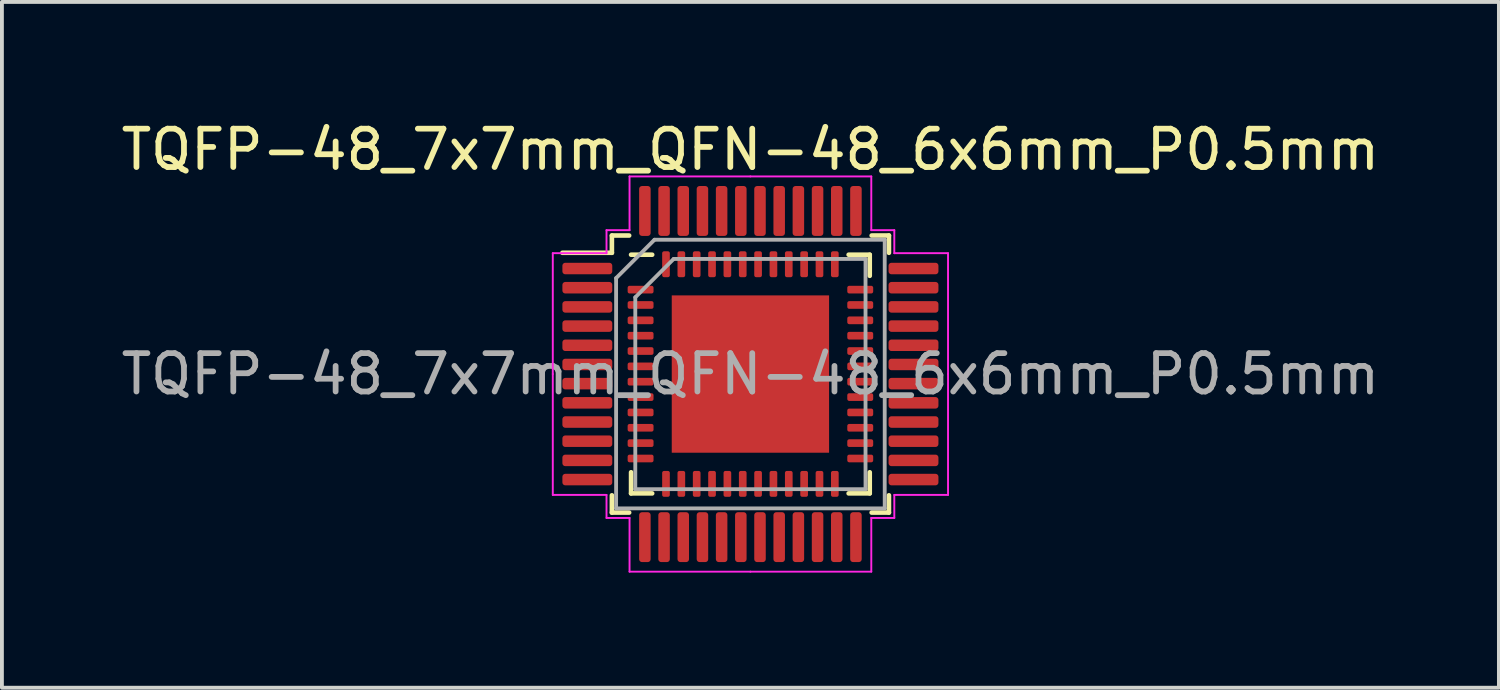
<source format=kicad_pcb>
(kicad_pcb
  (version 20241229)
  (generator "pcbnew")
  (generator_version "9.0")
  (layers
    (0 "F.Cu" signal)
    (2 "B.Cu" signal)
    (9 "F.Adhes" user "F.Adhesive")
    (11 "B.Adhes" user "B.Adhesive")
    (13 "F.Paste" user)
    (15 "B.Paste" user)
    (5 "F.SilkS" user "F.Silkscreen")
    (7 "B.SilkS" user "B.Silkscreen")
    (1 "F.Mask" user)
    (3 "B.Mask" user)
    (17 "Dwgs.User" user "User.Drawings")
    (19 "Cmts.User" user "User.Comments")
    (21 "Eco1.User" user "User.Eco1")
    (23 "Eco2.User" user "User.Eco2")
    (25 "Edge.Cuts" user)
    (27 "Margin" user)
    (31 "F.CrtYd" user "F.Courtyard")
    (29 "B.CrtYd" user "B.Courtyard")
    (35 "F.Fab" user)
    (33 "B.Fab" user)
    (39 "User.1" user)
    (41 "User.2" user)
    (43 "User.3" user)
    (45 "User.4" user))
  (footprint "TQFP-48_7x7mm_QFN-48_6x6mm_P0.5mm"
    (layer "F.Cu")
    (at 16.506 6.698)
    (property "Reference" "TQFP-48_7x7mm_QFN-48_6x6mm_P0.5mm" (at 0 -5.85 0) (layer "F.SilkS") (effects (font (size 1 1) (thickness 0.15))))
    (attr smd)
    (fp_line (start -3.61 -3.61) (end -3.61 -3.16) (stroke (width 0.12) (type solid)) (layer "F.SilkS"))
    (fp_line (start -3.61 -3.16) (end -4.9 -3.16) (stroke (width 0.12) (type solid)) (layer "F.SilkS"))
    (fp_line (start -3.61 3.61) (end -3.61 3.16) (stroke (width 0.12) (type solid)) (layer "F.SilkS"))
    (fp_line (start -3.16 -3.61) (end -3.61 -3.61) (stroke (width 0.12) (type solid)) (layer "F.SilkS"))
    (fp_line (start -3.16 3.61) (end -3.61 3.61) (stroke (width 0.12) (type solid)) (layer "F.SilkS"))
    (fp_line (start -3.11 3.11) (end -3.11 2.56) (stroke (width 0.12) (type solid)) (layer "F.SilkS"))
    (fp_line (start -2.56 -3.11) (end -3.11 -3.11) (stroke (width 0.12) (type solid)) (layer "F.SilkS"))
    (fp_line (start -2.56 3.11) (end -3.11 3.11) (stroke (width 0.12) (type solid)) (layer "F.SilkS"))
    (fp_line (start 2.56 -3.11) (end 3.11 -3.11) (stroke (width 0.12) (type solid)) (layer "F.SilkS"))
    (fp_line (start 2.56 3.11) (end 3.11 3.11) (stroke (width 0.12) (type solid)) (layer "F.SilkS"))
    (fp_line (start 3.11 -3.11) (end 3.11 -2.56) (stroke (width 0.12) (type solid)) (layer "F.SilkS"))
    (fp_line (start 3.11 3.11) (end 3.11 2.56) (stroke (width 0.12) (type solid)) (layer "F.SilkS"))
    (fp_line (start 3.16 -3.61) (end 3.61 -3.61) (stroke (width 0.12) (type solid)) (layer "F.SilkS"))
    (fp_line (start 3.16 3.61) (end 3.61 3.61) (stroke (width 0.12) (type solid)) (layer "F.SilkS"))
    (fp_line (start 3.61 -3.61) (end 3.61 -3.16) (stroke (width 0.12) (type solid)) (layer "F.SilkS"))
    (fp_line (start 3.61 3.61) (end 3.61 3.16) (stroke (width 0.12) (type solid)) (layer "F.SilkS"))
    (fp_line (start -5.15 -3.15) (end -5.15 0) (stroke (width 0.05) (type solid)) (layer "F.CrtYd"))
    (fp_line (start -5.15 3.15) (end -5.15 0) (stroke (width 0.05) (type solid)) (layer "F.CrtYd"))
    (fp_line (start -3.75 -3.75) (end -3.75 -3.15) (stroke (width 0.05) (type solid)) (layer "F.CrtYd"))
    (fp_line (start -3.75 -3.15) (end -5.15 -3.15) (stroke (width 0.05) (type solid)) (layer "F.CrtYd"))
    (fp_line (start -3.75 3.15) (end -5.15 3.15) (stroke (width 0.05) (type solid)) (layer "F.CrtYd"))
    (fp_line (start -3.75 3.75) (end -3.75 3.15) (stroke (width 0.05) (type solid)) (layer "F.CrtYd"))
    (fp_line (start -3.15 -5.15) (end -3.15 -3.75) (stroke (width 0.05) (type solid)) (layer "F.CrtYd"))
    (fp_line (start -3.15 -3.75) (end -3.75 -3.75) (stroke (width 0.05) (type solid)) (layer "F.CrtYd"))
    (fp_line (start -3.15 3.75) (end -3.75 3.75) (stroke (width 0.05) (type solid)) (layer "F.CrtYd"))
    (fp_line (start -3.15 5.15) (end -3.15 3.75) (stroke (width 0.05) (type solid)) (layer "F.CrtYd"))
    (fp_line (start 0 -5.15) (end -3.15 -5.15) (stroke (width 0.05) (type solid)) (layer "F.CrtYd"))
    (fp_line (start 0 -5.15) (end 3.15 -5.15) (stroke (width 0.05) (type solid)) (layer "F.CrtYd"))
    (fp_line (start 0 5.15) (end -3.15 5.15) (stroke (width 0.05) (type solid)) (layer "F.CrtYd"))
    (fp_line (start 0 5.15) (end 3.15 5.15) (stroke (width 0.05) (type solid)) (layer "F.CrtYd"))
    (fp_line (start 3.15 -5.15) (end 3.15 -3.75) (stroke (width 0.05) (type solid)) (layer "F.CrtYd"))
    (fp_line (start 3.15 -3.75) (end 3.75 -3.75) (stroke (width 0.05) (type solid)) (layer "F.CrtYd"))
    (fp_line (start 3.15 3.75) (end 3.75 3.75) (stroke (width 0.05) (type solid)) (layer "F.CrtYd"))
    (fp_line (start 3.15 5.15) (end 3.15 3.75) (stroke (width 0.05) (type solid)) (layer "F.CrtYd"))
    (fp_line (start 3.75 -3.75) (end 3.75 -3.15) (stroke (width 0.05) (type solid)) (layer "F.CrtYd"))
    (fp_line (start 3.75 -3.15) (end 5.15 -3.15) (stroke (width 0.05) (type solid)) (layer "F.CrtYd"))
    (fp_line (start 3.75 3.15) (end 5.15 3.15) (stroke (width 0.05) (type solid)) (layer "F.CrtYd"))
    (fp_line (start 3.75 3.75) (end 3.75 3.15) (stroke (width 0.05) (type solid)) (layer "F.CrtYd"))
    (fp_line (start 5.15 -3.15) (end 5.15 0) (stroke (width 0.05) (type solid)) (layer "F.CrtYd"))
    (fp_line (start 5.15 3.15) (end 5.15 0) (stroke (width 0.05) (type solid)) (layer "F.CrtYd"))
    (fp_line (start -3.5 -2.5) (end -2.5 -3.5) (stroke (width 0.1) (type solid)) (layer "F.Fab"))
    (fp_line (start -3.5 3.5) (end -3.5 -2.5) (stroke (width 0.1) (type solid)) (layer "F.Fab"))
    (fp_line (start -3 -2) (end -2 -3) (stroke (width 0.1) (type solid)) (layer "F.Fab"))
    (fp_line (start -3 3) (end -3 -2) (stroke (width 0.1) (type solid)) (layer "F.Fab"))
    (fp_line (start -2.5 -3.5) (end 3.5 -3.5) (stroke (width 0.1) (type solid)) (layer "F.Fab"))
    (fp_line (start -2 -3) (end 3 -3) (stroke (width 0.1) (type solid)) (layer "F.Fab"))
    (fp_line (start 3 -3) (end 3 3) (stroke (width 0.1) (type solid)) (layer "F.Fab"))
    (fp_line (start 3 3) (end -3 3) (stroke (width 0.1) (type solid)) (layer "F.Fab"))
    (fp_line (start 3.5 -3.5) (end 3.5 3.5) (stroke (width 0.1) (type solid)) (layer "F.Fab"))
    (fp_line (start 3.5 3.5) (end -3.5 3.5) (stroke (width 0.1) (type solid)) (layer "F.Fab"))
    (fp_text user "${REFERENCE}" (at 0 0 0) (layer "F.Fab") (effects (font (size 1 1) (thickness 0.15))))
    (pad "" smd roundrect (at -1.37 -1.37) (size 1.1 1.1) (layers "F.Paste") (roundrect_rratio 0.227))
    (pad "" smd roundrect (at -1.37 0) (size 1.1 1.1) (layers "F.Paste") (roundrect_rratio 0.227))
    (pad "" smd roundrect (at -1.37 1.37) (size 1.1 1.1) (layers "F.Paste") (roundrect_rratio 0.227))
    (pad "" smd roundrect (at 0 -1.37) (size 1.1 1.1) (layers "F.Paste") (roundrect_rratio 0.227))
    (pad "" smd roundrect (at 0 0) (size 1.1 1.1) (layers "F.Paste") (roundrect_rratio 0.227))
    (pad "" smd roundrect (at 0 1.37) (size 1.1 1.1) (layers "F.Paste") (roundrect_rratio 0.227))
    (pad "" smd roundrect (at 1.37 -1.37) (size 1.1 1.1) (layers "F.Paste") (roundrect_rratio 0.227))
    (pad "" smd roundrect (at 1.37 0) (size 1.1 1.1) (layers "F.Paste") (roundrect_rratio 0.227))
    (pad "" smd roundrect (at 1.37 1.37) (size 1.1 1.1) (layers "F.Paste") (roundrect_rratio 0.227))
    (pad "1" smd roundrect (at -4.25 -2.75) (size 1.3 0.3) (layers "F.Cu" "F.Mask" "F.Paste") (roundrect_rratio 0.25))
    (pad "1" smd roundrect (at -2.862 -2.2) (size 0.675 0.2) (layers "F.Cu" "F.Mask" "F.Paste") (roundrect_rratio 0.25))
    (pad "2" smd roundrect (at -4.25 -2.25) (size 1.3 0.3) (layers "F.Cu" "F.Mask" "F.Paste") (roundrect_rratio 0.25))
    (pad "2" smd roundrect (at -2.862 -1.8) (size 0.675 0.2) (layers "F.Cu" "F.Mask" "F.Paste") (roundrect_rratio 0.25))
    (pad "3" smd roundrect (at -4.25 -1.75) (size 1.3 0.3) (layers "F.Cu" "F.Mask" "F.Paste") (roundrect_rratio 0.25))
    (pad "3" smd roundrect (at -2.862 -1.4) (size 0.675 0.2) (layers "F.Cu" "F.Mask" "F.Paste") (roundrect_rratio 0.25))
    (pad "4" smd roundrect (at -4.25 -1.25) (size 1.3 0.3) (layers "F.Cu" "F.Mask" "F.Paste") (roundrect_rratio 0.25))
    (pad "4" smd roundrect (at -2.862 -1) (size 0.675 0.2) (layers "F.Cu" "F.Mask" "F.Paste") (roundrect_rratio 0.25))
    (pad "5" smd roundrect (at -4.25 -0.75) (size 1.3 0.3) (layers "F.Cu" "F.Mask" "F.Paste") (roundrect_rratio 0.25))
    (pad "5" smd roundrect (at -2.862 -0.6) (size 0.675 0.2) (layers "F.Cu" "F.Mask" "F.Paste") (roundrect_rratio 0.25))
    (pad "6" smd roundrect (at -4.25 -0.25) (size 1.3 0.3) (layers "F.Cu" "F.Mask" "F.Paste") (roundrect_rratio 0.25))
    (pad "6" smd roundrect (at -2.862 -0.2) (size 0.675 0.2) (layers "F.Cu" "F.Mask" "F.Paste") (roundrect_rratio 0.25))
    (pad "7" smd roundrect (at -4.25 0.25) (size 1.3 0.3) (layers "F.Cu" "F.Mask" "F.Paste") (roundrect_rratio 0.25))
    (pad "7" smd roundrect (at -2.862 0.2) (size 0.675 0.2) (layers "F.Cu" "F.Mask" "F.Paste") (roundrect_rratio 0.25))
    (pad "8" smd roundrect (at -4.25 0.75) (size 1.3 0.3) (layers "F.Cu" "F.Mask" "F.Paste") (roundrect_rratio 0.25))
    (pad "8" smd roundrect (at -2.862 0.6) (size 0.675 0.2) (layers "F.Cu" "F.Mask" "F.Paste") (roundrect_rratio 0.25))
    (pad "9" smd roundrect (at -4.25 1.25) (size 1.3 0.3) (layers "F.Cu" "F.Mask" "F.Paste") (roundrect_rratio 0.25))
    (pad "9" smd roundrect (at -2.862 1) (size 0.675 0.2) (layers "F.Cu" "F.Mask" "F.Paste") (roundrect_rratio 0.25))
    (pad "10" smd roundrect (at -4.25 1.75) (size 1.3 0.3) (layers "F.Cu" "F.Mask" "F.Paste") (roundrect_rratio 0.25))
    (pad "10" smd roundrect (at -2.862 1.4) (size 0.675 0.2) (layers "F.Cu" "F.Mask" "F.Paste") (roundrect_rratio 0.25))
    (pad "11" smd roundrect (at -4.25 2.25) (size 1.3 0.3) (layers "F.Cu" "F.Mask" "F.Paste") (roundrect_rratio 0.25))
    (pad "11" smd roundrect (at -2.862 1.8) (size 0.675 0.2) (layers "F.Cu" "F.Mask" "F.Paste") (roundrect_rratio 0.25))
    (pad "12" smd roundrect (at -4.25 2.75) (size 1.3 0.3) (layers "F.Cu" "F.Mask" "F.Paste") (roundrect_rratio 0.25))
    (pad "12" smd roundrect (at -2.862 2.2) (size 0.675 0.2) (layers "F.Cu" "F.Mask" "F.Paste") (roundrect_rratio 0.25))
    (pad "13" smd roundrect (at -2.75 4.25) (size 0.3 1.3) (layers "F.Cu" "F.Mask" "F.Paste") (roundrect_rratio 0.25))
    (pad "13" smd roundrect (at -2.2 2.862) (size 0.2 0.675) (layers "F.Cu" "F.Mask" "F.Paste") (roundrect_rratio 0.25))
    (pad "14" smd roundrect (at -2.25 4.25) (size 0.3 1.3) (layers "F.Cu" "F.Mask" "F.Paste") (roundrect_rratio 0.25))
    (pad "14" smd roundrect (at -1.8 2.862) (size 0.2 0.675) (layers "F.Cu" "F.Mask" "F.Paste") (roundrect_rratio 0.25))
    (pad "15" smd roundrect (at -1.75 4.25) (size 0.3 1.3) (layers "F.Cu" "F.Mask" "F.Paste") (roundrect_rratio 0.25))
    (pad "15" smd roundrect (at -1.4 2.862) (size 0.2 0.675) (layers "F.Cu" "F.Mask" "F.Paste") (roundrect_rratio 0.25))
    (pad "16" smd roundrect (at -1.25 4.25) (size 0.3 1.3) (layers "F.Cu" "F.Mask" "F.Paste") (roundrect_rratio 0.25))
    (pad "16" smd roundrect (at -1 2.862) (size 0.2 0.675) (layers "F.Cu" "F.Mask" "F.Paste") (roundrect_rratio 0.25))
    (pad "17" smd roundrect (at -0.75 4.25) (size 0.3 1.3) (layers "F.Cu" "F.Mask" "F.Paste") (roundrect_rratio 0.25))
    (pad "17" smd roundrect (at -0.6 2.862) (size 0.2 0.675) (layers "F.Cu" "F.Mask" "F.Paste") (roundrect_rratio 0.25))
    (pad "18" smd roundrect (at -0.25 4.25) (size 0.3 1.3) (layers "F.Cu" "F.Mask" "F.Paste") (roundrect_rratio 0.25))
    (pad "18" smd roundrect (at -0.2 2.862) (size 0.2 0.675) (layers "F.Cu" "F.Mask" "F.Paste") (roundrect_rratio 0.25))
    (pad "19" smd roundrect (at 0.2 2.862) (size 0.2 0.675) (layers "F.Cu" "F.Mask" "F.Paste") (roundrect_rratio 0.25))
    (pad "19" smd roundrect (at 0.25 4.25) (size 0.3 1.3) (layers "F.Cu" "F.Mask" "F.Paste") (roundrect_rratio 0.25))
    (pad "20" smd roundrect (at 0.6 2.862) (size 0.2 0.675) (layers "F.Cu" "F.Mask" "F.Paste") (roundrect_rratio 0.25))
    (pad "20" smd roundrect (at 0.75 4.25) (size 0.3 1.3) (layers "F.Cu" "F.Mask" "F.Paste") (roundrect_rratio 0.25))
    (pad "21" smd roundrect (at 1 2.862) (size 0.2 0.675) (layers "F.Cu" "F.Mask" "F.Paste") (roundrect_rratio 0.25))
    (pad "21" smd roundrect (at 1.25 4.25) (size 0.3 1.3) (layers "F.Cu" "F.Mask" "F.Paste") (roundrect_rratio 0.25))
    (pad "22" smd roundrect (at 1.4 2.862) (size 0.2 0.675) (layers "F.Cu" "F.Mask" "F.Paste") (roundrect_rratio 0.25))
    (pad "22" smd roundrect (at 1.75 4.25) (size 0.3 1.3) (layers "F.Cu" "F.Mask" "F.Paste") (roundrect_rratio 0.25))
    (pad "23" smd roundrect (at 1.8 2.862) (size 0.2 0.675) (layers "F.Cu" "F.Mask" "F.Paste") (roundrect_rratio 0.25))
    (pad "23" smd roundrect (at 2.25 4.25) (size 0.3 1.3) (layers "F.Cu" "F.Mask" "F.Paste") (roundrect_rratio 0.25))
    (pad "24" smd roundrect (at 2.2 2.862) (size 0.2 0.675) (layers "F.Cu" "F.Mask" "F.Paste") (roundrect_rratio 0.25))
    (pad "24" smd roundrect (at 2.75 4.25) (size 0.3 1.3) (layers "F.Cu" "F.Mask" "F.Paste") (roundrect_rratio 0.25))
    (pad "25" smd roundrect (at 2.862 2.2) (size 0.675 0.2) (layers "F.Cu" "F.Mask" "F.Paste") (roundrect_rratio 0.25))
    (pad "25" smd roundrect (at 4.25 2.75) (size 1.3 0.3) (layers "F.Cu" "F.Mask" "F.Paste") (roundrect_rratio 0.25))
    (pad "26" smd roundrect (at 2.862 1.8) (size 0.675 0.2) (layers "F.Cu" "F.Mask" "F.Paste") (roundrect_rratio 0.25))
    (pad "26" smd roundrect (at 4.25 2.25) (size 1.3 0.3) (layers "F.Cu" "F.Mask" "F.Paste") (roundrect_rratio 0.25))
    (pad "27" smd roundrect (at 2.862 1.4) (size 0.675 0.2) (layers "F.Cu" "F.Mask" "F.Paste") (roundrect_rratio 0.25))
    (pad "27" smd roundrect (at 4.25 1.75) (size 1.3 0.3) (layers "F.Cu" "F.Mask" "F.Paste") (roundrect_rratio 0.25))
    (pad "28" smd roundrect (at 2.862 1) (size 0.675 0.2) (layers "F.Cu" "F.Mask" "F.Paste") (roundrect_rratio 0.25))
    (pad "28" smd roundrect (at 4.25 1.25) (size 1.3 0.3) (layers "F.Cu" "F.Mask" "F.Paste") (roundrect_rratio 0.25))
    (pad "29" smd roundrect (at 2.862 0.6) (size 0.675 0.2) (layers "F.Cu" "F.Mask" "F.Paste") (roundrect_rratio 0.25))
    (pad "29" smd roundrect (at 4.25 0.75) (size 1.3 0.3) (layers "F.Cu" "F.Mask" "F.Paste") (roundrect_rratio 0.25))
    (pad "30" smd roundrect (at 2.862 0.2) (size 0.675 0.2) (layers "F.Cu" "F.Mask" "F.Paste") (roundrect_rratio 0.25))
    (pad "30" smd roundrect (at 4.25 0.25) (size 1.3 0.3) (layers "F.Cu" "F.Mask" "F.Paste") (roundrect_rratio 0.25))
    (pad "31" smd roundrect (at 2.862 -0.2) (size 0.675 0.2) (layers "F.Cu" "F.Mask" "F.Paste") (roundrect_rratio 0.25))
    (pad "31" smd roundrect (at 4.25 -0.25) (size 1.3 0.3) (layers "F.Cu" "F.Mask" "F.Paste") (roundrect_rratio 0.25))
    (pad "32" smd roundrect (at 2.862 -0.6) (size 0.675 0.2) (layers "F.Cu" "F.Mask" "F.Paste") (roundrect_rratio 0.25))
    (pad "32" smd roundrect (at 4.25 -0.75) (size 1.3 0.3) (layers "F.Cu" "F.Mask" "F.Paste") (roundrect_rratio 0.25))
    (pad "33" smd roundrect (at 2.862 -1) (size 0.675 0.2) (layers "F.Cu" "F.Mask" "F.Paste") (roundrect_rratio 0.25))
    (pad "33" smd roundrect (at 4.25 -1.25) (size 1.3 0.3) (layers "F.Cu" "F.Mask" "F.Paste") (roundrect_rratio 0.25))
    (pad "34" smd roundrect (at 2.862 -1.4) (size 0.675 0.2) (layers "F.Cu" "F.Mask" "F.Paste") (roundrect_rratio 0.25))
    (pad "34" smd roundrect (at 4.25 -1.75) (size 1.3 0.3) (layers "F.Cu" "F.Mask" "F.Paste") (roundrect_rratio 0.25))
    (pad "35" smd roundrect (at 2.862 -1.8) (size 0.675 0.2) (layers "F.Cu" "F.Mask" "F.Paste") (roundrect_rratio 0.25))
    (pad "35" smd roundrect (at 4.25 -2.25) (size 1.3 0.3) (layers "F.Cu" "F.Mask" "F.Paste") (roundrect_rratio 0.25))
    (pad "36" smd roundrect (at 2.862 -2.2) (size 0.675 0.2) (layers "F.Cu" "F.Mask" "F.Paste") (roundrect_rratio 0.25))
    (pad "36" smd roundrect (at 4.25 -2.75) (size 1.3 0.3) (layers "F.Cu" "F.Mask" "F.Paste") (roundrect_rratio 0.25))
    (pad "37" smd roundrect (at 2.2 -2.862) (size 0.2 0.675) (layers "F.Cu" "F.Mask" "F.Paste") (roundrect_rratio 0.25))
    (pad "37" smd roundrect (at 2.75 -4.25) (size 0.3 1.3) (layers "F.Cu" "F.Mask" "F.Paste") (roundrect_rratio 0.25))
    (pad "38" smd roundrect (at 1.8 -2.862) (size 0.2 0.675) (layers "F.Cu" "F.Mask" "F.Paste") (roundrect_rratio 0.25))
    (pad "38" smd roundrect (at 2.25 -4.25) (size 0.3 1.3) (layers "F.Cu" "F.Mask" "F.Paste") (roundrect_rratio 0.25))
    (pad "39" smd roundrect (at 1.4 -2.862) (size 0.2 0.675) (layers "F.Cu" "F.Mask" "F.Paste") (roundrect_rratio 0.25))
    (pad "39" smd roundrect (at 1.75 -4.25) (size 0.3 1.3) (layers "F.Cu" "F.Mask" "F.Paste") (roundrect_rratio 0.25))
    (pad "40" smd roundrect (at 1 -2.862) (size 0.2 0.675) (layers "F.Cu" "F.Mask" "F.Paste") (roundrect_rratio 0.25))
    (pad "40" smd roundrect (at 1.25 -4.25) (size 0.3 1.3) (layers "F.Cu" "F.Mask" "F.Paste") (roundrect_rratio 0.25))
    (pad "41" smd roundrect (at 0.6 -2.862) (size 0.2 0.675) (layers "F.Cu" "F.Mask" "F.Paste") (roundrect_rratio 0.25))
    (pad "41" smd roundrect (at 0.75 -4.25) (size 0.3 1.3) (layers "F.Cu" "F.Mask" "F.Paste") (roundrect_rratio 0.25))
    (pad "42" smd roundrect (at 0.2 -2.862) (size 0.2 0.675) (layers "F.Cu" "F.Mask" "F.Paste") (roundrect_rratio 0.25))
    (pad "42" smd roundrect (at 0.25 -4.25) (size 0.3 1.3) (layers "F.Cu" "F.Mask" "F.Paste") (roundrect_rratio 0.25))
    (pad "43" smd roundrect (at -0.25 -4.25) (size 0.3 1.3) (layers "F.Cu" "F.Mask" "F.Paste") (roundrect_rratio 0.25))
    (pad "43" smd roundrect (at -0.2 -2.862) (size 0.2 0.675) (layers "F.Cu" "F.Mask" "F.Paste") (roundrect_rratio 0.25))
    (pad "44" smd roundrect (at -0.75 -4.25) (size 0.3 1.3) (layers "F.Cu" "F.Mask" "F.Paste") (roundrect_rratio 0.25))
    (pad "44" smd roundrect (at -0.6 -2.862) (size 0.2 0.675) (layers "F.Cu" "F.Mask" "F.Paste") (roundrect_rratio 0.25))
    (pad "45" smd roundrect (at -1.25 -4.25) (size 0.3 1.3) (layers "F.Cu" "F.Mask" "F.Paste") (roundrect_rratio 0.25))
    (pad "45" smd roundrect (at -1 -2.862) (size 0.2 0.675) (layers "F.Cu" "F.Mask" "F.Paste") (roundrect_rratio 0.25))
    (pad "46" smd roundrect (at -1.75 -4.25) (size 0.3 1.3) (layers "F.Cu" "F.Mask" "F.Paste") (roundrect_rratio 0.25))
    (pad "46" smd roundrect (at -1.4 -2.862) (size 0.2 0.675) (layers "F.Cu" "F.Mask" "F.Paste") (roundrect_rratio 0.25))
    (pad "47" smd roundrect (at -2.25 -4.25) (size 0.3 1.3) (layers "F.Cu" "F.Mask" "F.Paste") (roundrect_rratio 0.25))
    (pad "47" smd roundrect (at -1.8 -2.862) (size 0.2 0.675) (layers "F.Cu" "F.Mask" "F.Paste") (roundrect_rratio 0.25))
    (pad "48" smd roundrect (at -2.75 -4.25) (size 0.3 1.3) (layers "F.Cu" "F.Mask" "F.Paste") (roundrect_rratio 0.25))
    (pad "48" smd roundrect (at -2.2 -2.862) (size 0.2 0.675) (layers "F.Cu" "F.Mask" "F.Paste") (roundrect_rratio 0.25))
    (pad "49" smd rect (at 0 0) (size 4.1 4.1) (layers "F.Cu" "F.Mask")))
  (gr_rect
    (start -3 -3)
    (end 36.012 14.873)
    (stroke (width 0.1) (type default))
    (fill no)
    (layer "Edge.Cuts")))
</source>
